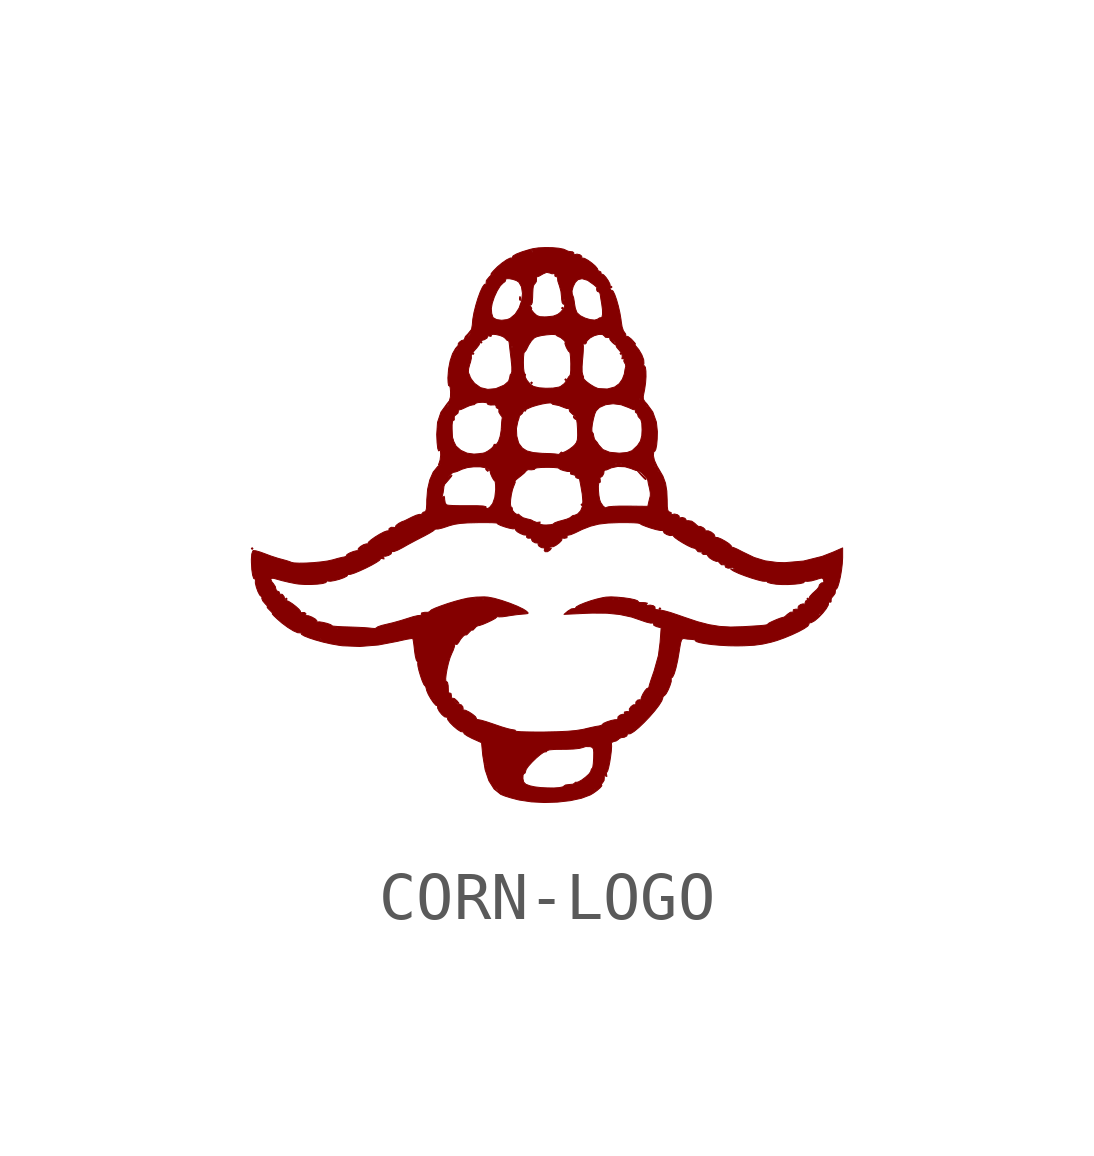
<source format=kicad_sym>
(kicad_symbol_lib
  (version 20241209)
  (generator "kicad_symbol_editor")
  (generator_version "9.0")
  (symbol "CORN-LOGO"
    (pin_names
      (offset 1.016))
    (property "Reference" "LOGO?"
      (at 0 7.62 0)
      (effects (font (size 1.27 1.27)) (hide yes)))
    (symbol "CORN-LOGO_0_0"
      (polyline (pts (xy -6.122 -0.558) (xy -6.139 -0.541) (xy -6.155 -0.558) (xy -6.139 -0.575) (xy -6.122 -0.558)) (stroke (width 0.01) (type default)) (fill (type outline)))
      (polyline (pts (xy -5.411 -1.607) (xy -5.428 -1.59) (xy -5.445 -1.607) (xy -5.428 -1.623) (xy -5.411 -1.607)) (stroke (width 0.01) (type default)) (fill (type outline)))
      (polyline (pts (xy -1.522 3.501) (xy -1.539 3.518) (xy -1.556 3.501) (xy -1.539 3.484) (xy -1.522 3.501)) (stroke (width 0.01) (type default)) (fill (type outline)))
      (polyline (pts (xy -1.353 3.737) (xy -1.37 3.754) (xy -1.387 3.737) (xy -1.37 3.72) (xy -1.353 3.737)) (stroke (width 0.01) (type default)) (fill (type outline)))
      (polyline (pts (xy -1.218 1.063) (xy -1.221 1.071) (xy -1.257 1.103) (xy -1.276 1.111) (xy -1.272 1.087) (xy -1.267 1.081) (xy -1.234 1.05) (xy -1.218 1.063)) (stroke (width 0.01) (type default)) (fill (type outline)))
      (polyline (pts (xy -0.548 4.621) (xy -0.552 4.674) (xy -0.564 4.689) (xy -0.572 4.653) (xy -0.57 4.619) (xy -0.554 4.609) (xy -0.548 4.621)) (stroke (width 0.01) (type default)) (fill (type outline)))
      (polyline (pts (xy -0.44 2.317) (xy -0.457 2.334) (xy -0.473 2.317) (xy -0.457 2.3) (xy -0.44 2.317)) (stroke (width 0.01) (type default)) (fill (type outline)))
      (polyline (pts (xy -0.304 2.892) (xy -0.321 2.909) (xy -0.338 2.892) (xy -0.321 2.875) (xy -0.304 2.892)) (stroke (width 0.01) (type default)) (fill (type outline)))
      (polyline (pts (xy 0.224 -5.837) (xy 0.487 -5.807) (xy 0.718 -5.757) (xy 0.902 -5.688) (xy 0.966 -5.65) (xy 1.044 -5.594) (xy 1.108 -5.538) (xy 1.143 -5.496) (xy 1.136 -5.479) (xy 1.132 -5.468) (xy 1.163 -5.427) (xy 1.189 -5.386) (xy 1.194 -5.32) (xy 1.187 -5.285) (xy 1.218 -5.293) (xy 1.247 -5.303) (xy 1.242 -5.267) (xy 1.236 -5.237) (xy 1.253 -5.202) (xy 1.264 -5.186) (xy 1.284 -5.116) (xy 1.306 -5.011) (xy 1.325 -4.89) (xy 1.34 -4.772) (xy 1.346 -4.675) (xy 1.342 -4.62) (xy 1.347 -4.595) (xy 1.396 -4.574) (xy 1.439 -4.565) (xy 1.489 -4.531) (xy 1.5 -4.517) (xy 1.543 -4.495) (xy 1.544 -4.495) (xy 1.61 -4.487) (xy 1.662 -4.46) (xy 1.673 -4.428) (xy 1.671 -4.415) (xy 1.704 -4.417) (xy 1.739 -4.412) (xy 1.814 -4.366) (xy 1.912 -4.285) (xy 2.022 -4.18) (xy 2.136 -4.061) (xy 2.242 -3.939) (xy 2.33 -3.825) (xy 2.39 -3.73) (xy 2.413 -3.664) (xy 2.415 -3.646) (xy 2.443 -3.619) (xy 2.449 -3.617) (xy 2.484 -3.576) (xy 2.525 -3.499) (xy 2.562 -3.408) (xy 2.587 -3.328) (xy 2.587 -3.28) (xy 2.582 -3.268) (xy 2.597 -3.247) (xy 2.616 -3.234) (xy 2.65 -3.164) (xy 2.686 -3.044) (xy 2.722 -2.882) (xy 2.755 -2.689) (xy 2.763 -2.636) (xy 2.783 -2.522) (xy 2.803 -2.458) (xy 2.827 -2.433) (xy 2.86 -2.433) (xy 2.92 -2.443) (xy 3.015 -2.45) (xy 3.073 -2.457) (xy 3.092 -2.474) (xy 3.104 -2.493) (xy 3.172 -2.515) (xy 3.285 -2.537) (xy 3.432 -2.557) (xy 3.601 -2.572) (xy 3.78 -2.582) (xy 3.957 -2.585) (xy 4.11 -2.582) (xy 4.316 -2.571) (xy 4.493 -2.547) (xy 4.667 -2.508) (xy 4.788 -2.473) (xy 4.944 -2.417) (xy 5.099 -2.353) (xy 5.24 -2.287) (xy 5.354 -2.225) (xy 5.43 -2.173) (xy 5.454 -2.136) (xy 5.452 -2.122) (xy 5.471 -2.104) (xy 5.502 -2.101) (xy 5.574 -2.061) (xy 5.658 -1.99) (xy 5.743 -1.901) (xy 5.814 -1.811) (xy 5.858 -1.733) (xy 5.862 -1.682) (xy 5.856 -1.667) (xy 5.88 -1.671) (xy 5.891 -1.677) (xy 5.915 -1.669) (xy 5.918 -1.605) (xy 5.928 -1.583) (xy 5.97 -1.533) (xy 5.999 -1.491) (xy 6.006 -1.431) (xy 6.001 -1.409) (xy 6.018 -1.402) (xy 6.029 -1.401) (xy 6.054 -1.355) (xy 6.082 -1.264) (xy 6.11 -1.143) (xy 6.133 -1.007) (xy 6.149 -0.87) (xy 6.156 -0.748) (xy 6.156 -0.545) (xy 5.961 -0.631) (xy 5.73 -0.721) (xy 5.342 -0.818) (xy 4.953 -0.852) (xy 4.789 -0.847) (xy 4.543 -0.814) (xy 4.314 -0.744) (xy 4.074 -0.628) (xy 4.064 -0.623) (xy 3.959 -0.569) (xy 3.879 -0.535) (xy 3.842 -0.527) (xy 3.838 -0.529) (xy 3.84 -0.518) (xy 3.834 -0.498) (xy 3.788 -0.455) (xy 3.712 -0.405) (xy 3.628 -0.359) (xy 3.554 -0.329) (xy 3.511 -0.326) (xy 3.495 -0.333) (xy 3.495 -0.313) (xy 3.498 -0.305) (xy 3.478 -0.262) (xy 3.424 -0.218) (xy 3.359 -0.189) (xy 3.308 -0.19) (xy 3.292 -0.197) (xy 3.293 -0.177) (xy 3.291 -0.159) (xy 3.253 -0.124) (xy 3.198 -0.098) (xy 3.154 -0.097) (xy 3.127 -0.079) (xy 3.075 -0.031) (xy 3.014 0.012) (xy 2.939 0.023) (xy 2.904 0.019) (xy 2.892 0.034) (xy 2.895 0.045) (xy 2.87 0.074) (xy 2.817 0.089) (xy 2.765 0.08) (xy 2.751 0.073) (xy 2.752 0.094) (xy 2.753 0.118) (xy 2.716 0.147) (xy 2.655 0.161) (xy 2.599 0.149) (xy 2.58 0.141) (xy 2.584 0.164) (xy 2.59 0.185) (xy 2.556 0.203) (xy 2.535 0.209) (xy 2.515 0.242) (xy 2.505 0.318) (xy 2.503 0.448) (xy 2.495 0.639) (xy 2.468 0.803) (xy 2.414 0.949) (xy 2.326 1.1) (xy 2.292 1.157) (xy 2.237 1.278) (xy 2.216 1.375) (xy 2.216 1.383) (xy 2.222 1.449) (xy 2.237 1.469) (xy 2.245 1.468) (xy 2.266 1.508) (xy 2.284 1.598) (xy 2.295 1.724) (xy 2.299 1.873) (xy 2.278 2.075) (xy 2.203 2.286) (xy 2.077 2.458) (xy 2.038 2.5) (xy 2.007 2.551) (xy 2.005 2.613) (xy 2.025 2.714) (xy 2.034 2.76) (xy 2.053 2.891) (xy 2.062 3.021) (xy 2.06 3.135) (xy 2.049 3.216) (xy 2.027 3.247) (xy 2.015 3.25) (xy 2.013 3.281) (xy 2.019 3.296) (xy 2.014 3.373) (xy 1.975 3.476) (xy 1.911 3.585) (xy 1.83 3.682) (xy 1.786 3.727) (xy 1.766 3.752) (xy 1.793 3.736) (xy 1.81 3.722) (xy 1.844 3.699) (xy 1.834 3.717) (xy 1.779 3.779) (xy 1.752 3.807) (xy 1.688 3.856) (xy 1.647 3.866) (xy 1.634 3.861) (xy 1.636 3.882) (xy 1.641 3.904) (xy 1.612 3.947) (xy 1.592 3.974) (xy 1.564 4.058) (xy 1.545 4.178) (xy 1.541 4.215) (xy 1.518 4.35) (xy 1.486 4.491) (xy 1.449 4.622) (xy 1.411 4.73) (xy 1.377 4.8) (xy 1.351 4.819) (xy 1.336 4.815) (xy 1.315 4.846) (xy 1.316 4.915) (xy 1.31 4.951) (xy 1.276 5.018) (xy 1.228 5.088) (xy 1.179 5.141) (xy 1.146 5.155) (xy 1.133 5.152) (xy 1.124 5.181) (xy 1.123 5.2) (xy 1.091 5.217) (xy 1.074 5.217) (xy 1.057 5.247) (xy 1.052 5.267) (xy 1.009 5.321) (xy 0.936 5.385) (xy 0.854 5.444) (xy 0.781 5.484) (xy 0.736 5.491) (xy 0.721 5.484) (xy 0.723 5.505) (xy 0.724 5.529) (xy 0.686 5.559) (xy 0.626 5.572) (xy 0.57 5.561) (xy 0.551 5.552) (xy 0.555 5.575) (xy 0.561 5.594) (xy 0.535 5.62) (xy 0.521 5.621) (xy 0.457 5.629) (xy 0.437 5.634) (xy 0.376 5.662) (xy 0.346 5.675) (xy 0.246 5.695) (xy 0.111 5.707) (xy -0.038 5.709) (xy -0.18 5.702) (xy -0.294 5.685) (xy -0.358 5.669) (xy -0.464 5.637) (xy -0.327 5.637) (xy -0.322 5.641) (xy -0.282 5.637) (xy -0.277 5.627) (xy -0.304 5.614) (xy -0.322 5.617) (xy -0.327 5.637) (xy -0.464 5.637) (xy -0.514 5.622) (xy -0.633 5.576) (xy -0.706 5.535) (xy -0.721 5.503) (xy -0.715 5.49) (xy -0.735 5.49) (xy -0.766 5.49) (xy -0.838 5.455) (xy -0.931 5.391) (xy -1.029 5.31) (xy -1.116 5.222) (xy -1.157 5.173) (xy -1.167 5.153) (xy -1.131 5.175) (xy -1.114 5.186) (xy -1.125 5.17) (xy -1.178 5.12) (xy -1.197 5.103) (xy -1.262 5.024) (xy -1.268 4.971) (xy -1.257 4.949) (xy -1.276 4.949) (xy -1.302 4.942) (xy -1.343 4.885) (xy -1.39 4.784) (xy -1.438 4.653) (xy -1.482 4.507) (xy -1.499 4.439) (xy -1.159 4.439) (xy -1.14 4.549) (xy -1.096 4.681) (xy -1.036 4.81) (xy -0.971 4.914) (xy -0.91 4.974) (xy -0.872 5.001) (xy -0.86 5.035) (xy -0.863 5.043) (xy -0.843 5.061) (xy -0.785 5.061) (xy -0.709 5.046) (xy -0.635 5.021) (xy -0.584 4.987) (xy -0.531 4.892) (xy -0.51 4.753) (xy -0.528 4.6) (xy -0.555 4.524) (xy -0.367 4.524) (xy -0.347 4.52) (xy -0.324 4.518) (xy -0.307 4.563) (xy -0.299 4.665) (xy -0.296 4.759) (xy -0.291 4.852) (xy -0.283 4.906) (xy -0.268 4.939) (xy -0.243 4.968) (xy -0.222 5) (xy -0.217 5.06) (xy -0.222 5.081) (xy -0.21 5.099) (xy -0.209 5.099) (xy -0.165 5.113) (xy -0.095 5.153) (xy -0.084 5.16) (xy -0.006 5.193) (xy 0.061 5.178) (xy 0.105 5.162) (xy 0.151 5.168) (xy 0.162 5.173) (xy 0.164 5.141) (xy 0.164 5.116) (xy 0.197 5.099) (xy 0.216 5.1) (xy 0.223 5.078) (xy 0.22 5.07) (xy 0.226 5.011) (xy 0.254 4.926) (xy 0.258 4.916) (xy 0.288 4.805) (xy 0.521 4.805) (xy 0.546 4.898) (xy 0.59 4.985) (xy 0.645 5.04) (xy 0.73 5.061) (xy 0.846 5.027) (xy 0.981 4.931) (xy 1.02 4.896) (xy 1.06 4.856) (xy 1.057 4.851) (xy 1.033 4.857) (xy 1.036 4.822) (xy 1.049 4.797) (xy 1.079 4.784) (xy 1.092 4.782) (xy 1.107 4.741) (xy 1.11 4.721) (xy 1.122 4.638) (xy 1.14 4.532) (xy 1.155 4.419) (xy 1.157 4.318) (xy 1.143 4.255) (xy 1.116 4.245) (xy 1.105 4.249) (xy 1.066 4.228) (xy 1.057 4.218) (xy 0.993 4.199) (xy 0.898 4.209) (xy 0.792 4.241) (xy 0.695 4.289) (xy 0.628 4.349) (xy 0.622 4.359) (xy 0.59 4.445) (xy 0.572 4.55) (xy 0.57 4.574) (xy 0.554 4.667) (xy 0.532 4.725) (xy 0.527 4.734) (xy 0.521 4.805) (xy 0.288 4.805) (xy 0.291 4.794) (xy 0.304 4.668) (xy 0.305 4.637) (xy 0.308 4.617) (xy 0.338 4.617) (xy 0.355 4.634) (xy 0.372 4.617) (xy 0.355 4.6) (xy 0.338 4.617) (xy 0.308 4.617) (xy 0.317 4.562) (xy 0.338 4.532) (xy 0.357 4.529) (xy 0.372 4.494) (xy 0.344 4.432) (xy 0.279 4.359) (xy 0.222 4.316) (xy 0.13 4.281) (xy -0.001 4.267) (xy -0.05 4.265) (xy -0.147 4.27) (xy -0.212 4.294) (xy -0.269 4.345) (xy -0.281 4.358) (xy -0.321 4.41) (xy -0.323 4.431) (xy -0.317 4.443) (xy -0.343 4.488) (xy -0.367 4.524) (xy -0.555 4.524) (xy -0.58 4.45) (xy -0.662 4.322) (xy -0.769 4.233) (xy -0.832 4.209) (xy -0.944 4.195) (xy -1.049 4.209) (xy -1.119 4.248) (xy -1.127 4.26) (xy -1.151 4.338) (xy -1.159 4.439) (xy -1.499 4.439) (xy -1.52 4.356) (xy -1.545 4.215) (xy -1.555 4.097) (xy -1.571 4.005) (xy -1.64 3.918) (xy -1.641 3.916) (xy -1.697 3.859) (xy -1.698 3.858) (xy -1.649 3.858) (xy -1.64 3.889) (xy -1.633 3.9) (xy -1.603 3.923) (xy -1.598 3.921) (xy -1.607 3.889) (xy -1.613 3.88) (xy -1.644 3.856) (xy -1.649 3.858) (xy -1.698 3.858) (xy -1.716 3.812) (xy -1.716 3.796) (xy -1.747 3.779) (xy -1.774 3.775) (xy -1.827 3.736) (xy -1.847 3.708) (xy -1.847 3.687) (xy -1.851 3.668) (xy -1.892 3.621) (xy -1.905 3.607) (xy -1.907 3.602) (xy -1.894 3.602) (xy -1.877 3.619) (xy -1.86 3.602) (xy -1.522 3.602) (xy -1.505 3.619) (xy -1.488 3.602) (xy -1.505 3.585) (xy -1.522 3.602) (xy -1.86 3.602) (xy -1.877 3.585) (xy -1.894 3.602) (xy -1.907 3.602) (xy -1.966 3.499) (xy -2.016 3.349) (xy -2.05 3.174) (xy -2.054 3.115) (xy -1.637 3.115) (xy -1.632 3.186) (xy -1.607 3.281) (xy -1.593 3.321) (xy -1.574 3.406) (xy -1.575 3.454) (xy -1.576 3.466) (xy -1.55 3.518) (xy -1.491 3.587) (xy -1.465 3.615) (xy -1.413 3.683) (xy -1.396 3.729) (xy -1.396 3.743) (xy -1.37 3.772) (xy -1.303 3.791) (xy -1.248 3.825) (xy -1.236 3.859) (xy -1.236 3.872) (xy -1.197 3.866) (xy -1.166 3.859) (xy -1.158 3.876) (xy -1.161 3.891) (xy -1.128 3.903) (xy -1.062 3.898) (xy -0.984 3.88) (xy -0.912 3.852) (xy -0.867 3.818) (xy -0.835 3.781) (xy -0.807 3.77) (xy -0.798 3.769) (xy -0.787 3.727) (xy -0.786 3.715) (xy -0.777 3.638) (xy -0.777 3.636) (xy -0.744 3.636) (xy -0.727 3.653) (xy -0.71 3.636) (xy -0.727 3.619) (xy -0.744 3.636) (xy -0.777 3.636) (xy -0.764 3.521) (xy -0.747 3.382) (xy -0.747 3.377) (xy -0.741 3.32) (xy -0.491 3.32) (xy -0.488 3.432) (xy -0.48 3.508) (xy -0.471 3.533) (xy -0.464 3.534) (xy -0.433 3.574) (xy -0.394 3.651) (xy -0.383 3.675) (xy -0.323 3.768) (xy -0.259 3.832) (xy -0.204 3.855) (xy -0.111 3.877) (xy -0.004 3.892) (xy 0.098 3.9) (xy 0.173 3.897) (xy 0.203 3.881) (xy 0.204 3.874) (xy 0.238 3.856) (xy 0.285 3.835) (xy 0.348 3.783) (xy 0.355 3.776) (xy 0.391 3.736) (xy 0.385 3.732) (xy 0.378 3.734) (xy 0.374 3.707) (xy 0.4 3.637) (xy 0.41 3.616) (xy 0.447 3.552) (xy 0.471 3.533) (xy 0.473 3.533) (xy 0.483 3.497) (xy 0.491 3.412) (xy 0.496 3.294) (xy 0.496 3.273) (xy 0.495 3.229) (xy 0.731 3.229) (xy 0.742 3.384) (xy 0.747 3.432) (xy 0.756 3.559) (xy 0.758 3.655) (xy 0.752 3.7) (xy 0.748 3.712) (xy 0.773 3.707) (xy 0.79 3.699) (xy 0.812 3.712) (xy 0.833 3.768) (xy 0.897 3.827) (xy 0.984 3.874) (xy 1.077 3.9) (xy 1.155 3.9) (xy 1.199 3.864) (xy 1.216 3.842) (xy 1.27 3.835) (xy 1.296 3.841) (xy 1.305 3.826) (xy 1.314 3.788) (xy 1.362 3.733) (xy 1.41 3.693) (xy 1.419 3.692) (xy 1.386 3.737) (xy 1.361 3.772) (xy 1.356 3.787) (xy 1.395 3.759) (xy 1.427 3.724) (xy 1.435 3.683) (xy 1.434 3.679) (xy 1.451 3.634) (xy 1.478 3.602) (xy 1.488 3.602) (xy 1.505 3.619) (xy 1.522 3.602) (xy 1.505 3.585) (xy 1.488 3.602) (xy 1.478 3.602) (xy 1.504 3.572) (xy 1.562 3.5) (xy 1.567 3.432) (xy 1.559 3.394) (xy 1.583 3.395) (xy 1.605 3.402) (xy 1.604 3.37) (xy 1.599 3.345) (xy 1.62 3.3) (xy 1.631 3.289) (xy 1.641 3.237) (xy 1.64 3.235) (xy 1.625 3.172) (xy 1.611 3.082) (xy 1.609 3.073) (xy 1.57 2.969) (xy 1.504 2.874) (xy 1.409 2.805) (xy 1.256 2.764) (xy 1.073 2.773) (xy 1.056 2.777) (xy 0.981 2.81) (xy 0.896 2.862) (xy 0.819 2.92) (xy 0.768 2.97) (xy 0.758 3.002) (xy 0.763 3.014) (xy 0.745 3.059) (xy 0.745 3.06) (xy 0.732 3.117) (xy 0.731 3.229) (xy 0.495 3.229) (xy 0.495 3.157) (xy 0.488 3.075) (xy 0.478 3.044) (xy 0.451 3.017) (xy 0.415 2.951) (xy 0.364 2.879) (xy 0.281 2.816) (xy 0.246 2.803) (xy 0.126 2.783) (xy -0.021 2.779) (xy -0.164 2.789) (xy -0.275 2.816) (xy -0.291 2.824) (xy -0.359 2.875) (xy -0.417 2.945) (xy -0.453 3.012) (xy -0.45 3.056) (xy -0.445 3.062) (xy -0.46 3.078) (xy -0.461 3.078) (xy -0.476 3.112) (xy -0.487 3.195) (xy -0.491 3.311) (xy -0.491 3.32) (xy -0.741 3.32) (xy -0.732 3.222) (xy -0.732 3.123) (xy -0.745 3.083) (xy -0.766 3.059) (xy -0.778 2.993) (xy -0.8 2.924) (xy -0.888 2.848) (xy -0.896 2.843) (xy -1.065 2.772) (xy -1.232 2.756) (xy -1.383 2.792) (xy -1.505 2.88) (xy -1.523 2.902) (xy -1.578 2.974) (xy -1.603 3.022) (xy -1.605 3.035) (xy -1.633 3.1) (xy -1.637 3.115) (xy -2.054 3.115) (xy -2.063 2.996) (xy -2.059 2.902) (xy -2.05 2.839) (xy -2.037 2.829) (xy -2.027 2.831) (xy -2.014 2.788) (xy -2.007 2.701) (xy -2.01 2.598) (xy -2.022 2.554) (xy 1.928 2.554) (xy 1.945 2.571) (xy 1.962 2.554) (xy 1.945 2.537) (xy 1.928 2.554) (xy -2.022 2.554) (xy -2.032 2.518) (xy -2.086 2.45) (xy -2.119 2.404) (xy -2.089 2.404) (xy -2.08 2.435) (xy -2.073 2.445) (xy -2.042 2.469) (xy -2.038 2.467) (xy -2.046 2.435) (xy -2.053 2.425) (xy -2.084 2.401) (xy -2.089 2.404) (xy -2.119 2.404) (xy -2.208 2.281) (xy -2.279 2.069) (xy -2.288 1.934) (xy -1.975 1.934) (xy -1.975 2.016) (xy -1.967 2.088) (xy -1.954 2.109) (xy -1.954 2.109) (xy -1.93 2.119) (xy -1.931 2.187) (xy -1.924 2.204) (xy -1.879 2.24) (xy -1.853 2.262) (xy -1.845 2.303) (xy -1.851 2.314) (xy -1.837 2.328) (xy -1.833 2.327) (xy -1.78 2.341) (xy -1.701 2.377) (xy -1.691 2.383) (xy -1.605 2.42) (xy -1.54 2.435) (xy -1.516 2.438) (xy -1.488 2.461) (xy -1.485 2.466) (xy -1.439 2.481) (xy -1.355 2.487) (xy -1.325 2.487) (xy -1.258 2.479) (xy -1.239 2.462) (xy -1.23 2.442) (xy -1.175 2.43) (xy -1.09 2.433) (xy -1.072 2.431) (xy -1.056 2.394) (xy -1.056 2.376) (xy -1.024 2.359) (xy -1.006 2.357) (xy -1.001 2.321) (xy -1.002 2.284) (xy -0.967 2.224) (xy -0.939 2.19) (xy -0.93 2.159) (xy -0.936 2.139) (xy -0.944 2.066) (xy -0.95 1.961) (xy -0.951 1.942) (xy -0.636 1.942) (xy -0.608 2.081) (xy -0.607 2.085) (xy -0.583 2.157) (xy -0.575 2.195) (xy -0.573 2.204) (xy -0.535 2.236) (xy -0.516 2.252) (xy -0.49 2.299) (xy -0.49 2.308) (xy -0.473 2.328) (xy -0.439 2.337) (xy -0.372 2.368) (xy -0.314 2.393) (xy -0.214 2.424) (xy -0.104 2.451) (xy -0.003 2.469) (xy 0.072 2.475) (xy 0.102 2.465) (xy 0.115 2.447) (xy 0.171 2.435) (xy 0.245 2.421) (xy 0.336 2.386) (xy 0.339 2.384) (xy 0.412 2.358) (xy 0.458 2.36) (xy 0.468 2.367) (xy 0.462 2.345) (xy 0.46 2.342) (xy 0.474 2.295) (xy 0.532 2.239) (xy 0.545 2.229) (xy 0.589 2.189) (xy 0.615 2.136) (xy 0.628 2.054) (xy 0.635 1.947) (xy 0.935 1.947) (xy 0.947 2.043) (xy 0.969 2.149) (xy 0.995 2.245) (xy 1.024 2.31) (xy 1.093 2.38) (xy 1.221 2.437) (xy 1.377 2.457) (xy 1.544 2.436) (xy 1.591 2.418) (xy 2.063 2.418) (xy 2.08 2.435) (xy 2.097 2.418) (xy 2.08 2.401) (xy 2.063 2.418) (xy 1.591 2.418) (xy 1.707 2.375) (xy 1.716 2.37) (xy 1.791 2.337) (xy 1.837 2.328) (xy 1.847 2.328) (xy 1.844 2.301) (xy 1.838 2.287) (xy 1.858 2.266) (xy 1.875 2.26) (xy 1.894 2.214) (xy 1.899 2.19) (xy 1.938 2.146) (xy 1.954 2.13) (xy 1.974 2.053) (xy 1.98 1.913) (xy 1.974 1.792) (xy 1.946 1.681) (xy 1.885 1.587) (xy 1.778 1.486) (xy 1.767 1.478) (xy 1.668 1.442) (xy 1.508 1.428) (xy 1.503 1.428) (xy 1.307 1.446) (xy 1.165 1.503) (xy 1.077 1.6) (xy 1.046 1.651) (xy 1.008 1.694) (xy 0.989 1.72) (xy 0.972 1.787) (xy 0.965 1.831) (xy 0.947 1.86) (xy 0.935 1.879) (xy 0.935 1.947) (xy 0.635 1.947) (xy 0.636 1.923) (xy 0.639 1.8) (xy 0.633 1.709) (xy 0.613 1.648) (xy 0.576 1.599) (xy 0.538 1.563) (xy 0.464 1.507) (xy 0.387 1.462) (xy 0.328 1.438) (xy 0.304 1.445) (xy 0.3 1.452) (xy 0.276 1.429) (xy 0.262 1.41) (xy 0.234 1.401) (xy 0.227 1.404) (xy 0.169 1.412) (xy 0.066 1.419) (xy -0.066 1.423) (xy -0.098 1.424) (xy -0.283 1.44) (xy -0.417 1.474) (xy -0.511 1.533) (xy -0.579 1.621) (xy -0.592 1.646) (xy -0.629 1.785) (xy -0.636 1.942) (xy -0.951 1.942) (xy -0.954 1.901) (xy -0.975 1.778) (xy -1.008 1.678) (xy -1.046 1.617) (xy -1.085 1.608) (xy -1.098 1.613) (xy -1.109 1.588) (xy -1.112 1.574) (xy -1.152 1.529) (xy -1.22 1.478) (xy -1.292 1.438) (xy -1.345 1.425) (xy -1.387 1.422) (xy -1.389 1.421) (xy -1.436 1.415) (xy -1.519 1.409) (xy -1.522 1.409) (xy -1.663 1.428) (xy -1.793 1.487) (xy -1.893 1.575) (xy -1.945 1.68) (xy -1.952 1.714) (xy -1.963 1.742) (xy -1.967 1.76) (xy -1.971 1.83) (xy -1.975 1.934) (xy -2.288 1.934) (xy -2.296 1.817) (xy -2.288 1.649) (xy -2.275 1.53) (xy -2.257 1.476) (xy -2.234 1.486) (xy -2.229 1.49) (xy -2.217 1.467) (xy -2.213 1.395) (xy -2.214 1.38) (xy -2.225 1.285) (xy -2.246 1.221) (xy -2.259 1.19) (xy -2.229 1.198) (xy -2.222 1.201) (xy -2.222 1.201) (xy 1.421 1.201) (xy 1.438 1.218) (xy 1.454 1.201) (xy 1.522 1.201) (xy 1.539 1.218) (xy 1.556 1.201) (xy 1.539 1.184) (xy 1.522 1.201) (xy 1.454 1.201) (xy 1.438 1.184) (xy 1.421 1.201) (xy -2.222 1.201) (xy -2.225 1.191) (xy -2.254 1.167) (xy 2.232 1.167) (xy 2.249 1.184) (xy 2.266 1.167) (xy 2.249 1.15) (xy 2.232 1.167) (xy -2.254 1.167) (xy -2.273 1.151) (xy -2.278 1.146) (xy -2.369 1.034) (xy -2.44 0.871) (xy -2.486 0.673) (xy -2.5 0.489) (xy -2.19 0.489) (xy -2.178 0.541) (xy -2.162 0.607) (xy -2.15 0.693) (xy -2.146 0.734) (xy -2.131 0.778) (xy -2.127 0.783) (xy -2.088 0.827) (xy -2.029 0.896) (xy -1.99 0.944) (xy -1.979 0.966) (xy -2.012 0.947) (xy -2.056 0.916) (xy -2.058 0.922) (xy -2.015 0.973) (xy -1.965 1.022) (xy -1.935 1.033) (xy -1.925 1.032) (xy -1.869 1.048) (xy -1.786 1.086) (xy -1.771 1.093) (xy -1.656 1.128) (xy -1.52 1.144) (xy -1.386 1.143) (xy -1.274 1.124) (xy -1.206 1.086) (xy -1.187 1.059) (xy -1.178 1.035) (xy -1.181 1.032) (xy -0.507 1.032) (xy -0.49 1.048) (xy -0.473 1.032) (xy -0.49 1.015) (xy -0.507 1.032) (xy -1.181 1.032) (xy -1.181 1.031) (xy -1.17 0.991) (xy -1.142 0.928) (xy -1.109 0.871) (xy -1.085 0.846) (xy -1.078 0.832) (xy -1.07 0.767) (xy -1.068 0.668) (xy -1.086 0.507) (xy -1.131 0.377) (xy -1.14 0.366) (xy -0.761 0.366) (xy -0.757 0.457) (xy -0.742 0.564) (xy -0.718 0.669) (xy -0.688 0.753) (xy -0.685 0.757) (xy -0.661 0.82) (xy -0.665 0.846) (xy -0.667 0.849) (xy -0.639 0.879) (xy -0.575 0.93) (xy -0.55 0.949) (xy -0.478 1.009) (xy -0.438 1.051) (xy -0.429 1.064) (xy -0.394 1.085) (xy -0.325 1.081) (xy -0.264 1.089) (xy -0.248 1.108) (xy -0.248 1.111) (xy -0.209 1.122) (xy -0.121 1.13) (xy 0 1.133) (xy 0.035 1.133) (xy 0.149 1.129) (xy 0.226 1.122) (xy 0.251 1.112) (xy 0.251 1.107) (xy 0.287 1.085) (xy 0.355 1.063) (xy 0.43 1.047) (xy 0.484 1.045) (xy 0.494 1.044) (xy 0.491 1.016) (xy 0.492 0.994) (xy 0.539 0.981) (xy 0.579 0.972) (xy 0.6 0.939) (xy 0.601 0.921) (xy 0.634 0.905) (xy 0.65 0.906) (xy 0.679 0.888) (xy 0.683 0.862) (xy 0.696 0.795) (xy 0.699 0.78) (xy 0.706 0.741) (xy 1.07 0.741) (xy 1.078 0.804) (xy 1.096 0.82) (xy 1.111 0.825) (xy 1.108 0.874) (xy 1.102 0.917) (xy 1.116 0.93) (xy 1.122 0.928) (xy 1.154 0.951) (xy 1.182 1.004) (xy 1.189 1.057) (xy 1.189 1.06) (xy 1.209 1.075) (xy 1.241 1.079) (xy 1.305 1.107) (xy 1.337 1.122) (xy 1.472 1.151) (xy 1.623 1.145) (xy 1.756 1.106) (xy 1.774 1.097) (xy 1.85 1.069) (xy 1.886 1.065) (xy 2.3 1.065) (xy 2.317 1.082) (xy 2.334 1.065) (xy 2.317 1.048) (xy 2.3 1.065) (xy 1.886 1.065) (xy 1.893 1.065) (xy 1.916 1.06) (xy 1.97 1.02) (xy 2.031 0.96) (xy 2.082 0.9) (xy 2.101 0.857) (xy 2.101 0.852) (xy 2.111 0.793) (xy 2.132 0.706) (xy 2.136 0.689) (xy 2.152 0.598) (xy 2.151 0.536) (xy 2.138 0.489) (xy 2.118 0.406) (xy 2.1 0.321) (xy 1.684 0.326) (xy 1.675 0.326) (xy 1.515 0.326) (xy 1.382 0.321) (xy 1.289 0.313) (xy 1.25 0.303) (xy 1.222 0.288) (xy 1.173 0.321) (xy 1.118 0.401) (xy 1.098 0.457) (xy 1.081 0.548) (xy 1.072 0.649) (xy 1.07 0.741) (xy 0.706 0.741) (xy 0.734 0.578) (xy 0.747 0.428) (xy 0.737 0.317) (xy 0.704 0.235) (xy 0.7 0.228) (xy 0.639 0.162) (xy 0.578 0.135) (xy 0.54 0.13) (xy 0.502 0.102) (xy 0.483 0.085) (xy 0.414 0.055) (xy 0.313 0.026) (xy 0.242 0.007) (xy 0.165 -0.02) (xy 0.135 -0.042) (xy 0.128 -0.05) (xy 0.073 -0.062) (xy -0.019 -0.068) (xy -0.078 -0.066) (xy -0.142 -0.054) (xy -0.149 -0.028) (xy -0.142 -0.005) (xy -0.179 -0.01) (xy -0.212 -0.015) (xy -0.278 0.01) (xy -0.333 0.04) (xy -0.421 0.061) (xy -0.499 0.084) (xy -0.563 0.129) (xy -0.591 0.158) (xy -0.608 0.155) (xy -0.627 0.151) (xy -0.676 0.185) (xy -0.716 0.234) (xy -0.724 0.275) (xy -0.72 0.284) (xy -0.74 0.304) (xy -0.751 0.312) (xy -0.761 0.366) (xy -1.14 0.366) (xy -1.197 0.296) (xy -1.231 0.278) (xy -1.27 0.275) (xy -1.268 0.305) (xy -1.272 0.315) (xy -1.332 0.328) (xy -1.458 0.334) (xy -1.65 0.334) (xy -1.806 0.334) (xy -1.945 0.337) (xy -2.045 0.343) (xy -2.092 0.352) (xy -2.118 0.391) (xy -2.131 0.467) (xy -2.132 0.499) (xy -2.142 0.532) (xy -2.167 0.507) (xy -2.177 0.495) (xy -2.19 0.489) (xy -2.5 0.489) (xy -2.503 0.455) (xy -2.504 0.36) (xy -2.511 0.265) (xy -2.527 0.216) (xy -2.554 0.203) (xy -2.577 0.199) (xy -2.604 0.167) (xy -2.607 0.155) (xy -2.637 0.151) (xy -2.655 0.154) (xy -2.723 0.136) (xy -2.814 0.096) (xy -2.863 0.071) (xy -2.939 0.033) (xy -2.976 0.016) (xy -3.016 0.003) (xy -3.089 -0.035) (xy -3.143 -0.078) (xy -3.156 -0.112) (xy -3.15 -0.125) (xy -3.171 -0.123) (xy -3.186 -0.117) (xy -3.242 -0.116) (xy -3.287 -0.141) (xy -3.292 -0.178) (xy -3.286 -0.192) (xy -3.307 -0.191) (xy -3.329 -0.19) (xy -3.395 -0.213) (xy -3.408 -0.22) (xy -3.382 -0.22) (xy -3.365 -0.203) (xy -3.348 -0.22) (xy -3.365 -0.237) (xy -3.382 -0.22) (xy -3.408 -0.22) (xy -3.483 -0.259) (xy -3.578 -0.317) (xy -3.661 -0.376) (xy -3.717 -0.426) (xy -3.729 -0.456) (xy -3.721 -0.466) (xy -3.739 -0.464) (xy -3.76 -0.46) (xy -3.818 -0.477) (xy -3.881 -0.514) (xy -3.892 -0.524) (xy -3.856 -0.524) (xy -3.839 -0.507) (xy -3.822 -0.524) (xy -3.839 -0.541) (xy -3.856 -0.524) (xy -3.892 -0.524) (xy -3.927 -0.556) (xy -3.932 -0.589) (xy -3.925 -0.598) (xy -3.94 -0.604) (xy -3.964 -0.603) (xy -4.03 -0.619) (xy -4.104 -0.648) (xy -4.162 -0.681) (xy -4.179 -0.707) (xy -4.18 -0.72) (xy -4.222 -0.734) (xy -4.26 -0.74) (xy -4.352 -0.762) (xy -4.464 -0.794) (xy -4.465 -0.794) (xy -4.568 -0.817) (xy -4.706 -0.836) (xy -4.862 -0.851) (xy -5.019 -0.86) (xy -5.16 -0.862) (xy -5.269 -0.857) (xy -5.327 -0.844) (xy -5.348 -0.834) (xy -5.424 -0.809) (xy -5.526 -0.781) (xy -5.597 -0.762) (xy -5.743 -0.715) (xy -5.882 -0.663) (xy -5.97 -0.631) (xy -6.061 -0.605) (xy -6.113 -0.6) (xy -6.125 -0.609) (xy -6.147 -0.673) (xy -6.155 -0.789) (xy -6.154 -0.842) (xy -6.146 -0.993) (xy -6.129 -1.11) (xy -6.106 -1.181) (xy -6.078 -1.195) (xy -6.063 -1.189) (xy -6.066 -1.2) (xy -5.75 -1.2) (xy -5.736 -1.177) (xy -5.687 -1.179) (xy -5.589 -1.206) (xy -5.518 -1.226) (xy -5.37 -1.261) (xy -5.225 -1.29) (xy -5.173 -1.297) (xy -5.043 -1.306) (xy -4.907 -1.306) (xy -4.778 -1.299) (xy -4.672 -1.286) (xy -4.604 -1.266) (xy -4.588 -1.243) (xy -4.595 -1.226) (xy -4.567 -1.234) (xy -4.564 -1.235) (xy -4.508 -1.239) (xy -4.42 -1.224) (xy -4.321 -1.198) (xy -4.23 -1.165) (xy -4.166 -1.132) (xy -4.149 -1.106) (xy -4.155 -1.091) (xy -4.13 -1.097) (xy -4.088 -1.094) (xy -4.004 -1.067) (xy -3.894 -1.021) (xy -3.772 -0.965) (xy -3.654 -0.905) (xy -3.554 -0.848) (xy -3.487 -0.803) (xy -3.468 -0.775) (xy -3.468 -0.762) (xy -3.429 -0.767) (xy -3.393 -0.775) (xy -3.396 -0.749) (xy -3.404 -0.731) (xy -3.393 -0.716) (xy -3.36 -0.718) (xy -3.296 -0.7) (xy -3.245 -0.668) (xy -3.235 -0.635) (xy -3.241 -0.62) (xy -3.221 -0.621) (xy -3.185 -0.62) (xy -3.107 -0.591) (xy -3.007 -0.539) (xy -2.887 -0.471) (xy -2.736 -0.39) (xy -2.591 -0.315) (xy -2.561 -0.3) (xy -2.452 -0.241) (xy -2.373 -0.193) (xy -2.339 -0.165) (xy -2.336 -0.158) (xy -2.301 -0.151) (xy -2.266 -0.151) (xy -2.183 -0.132) (xy -2.075 -0.097) (xy -2.036 -0.083) (xy -1.928 -0.054) (xy -1.806 -0.035) (xy -1.651 -0.024) (xy -1.447 -0.019) (xy -1.419 -0.018) (xy -1.263 -0.018) (xy -1.139 -0.02) (xy -1.059 -0.025) (xy -1.034 -0.031) (xy -1.023 -0.049) (xy -0.965 -0.077) (xy -0.88 -0.107) (xy -0.789 -0.133) (xy -0.711 -0.148) (xy -0.667 -0.146) (xy -0.654 -0.14) (xy -0.654 -0.16) (xy -0.654 -0.172) (xy -0.619 -0.208) (xy -0.553 -0.246) (xy -0.482 -0.274) (xy -0.429 -0.278) (xy -0.419 -0.277) (xy -0.422 -0.303) (xy -0.427 -0.319) (xy -0.398 -0.342) (xy -0.327 -0.341) (xy -0.319 -0.342) (xy -0.319 -0.368) (xy -0.321 -0.374) (xy -0.3 -0.409) (xy -0.248 -0.438) (xy -0.192 -0.444) (xy -0.183 -0.444) (xy -0.183 -0.469) (xy -0.186 -0.475) (xy -0.165 -0.51) (xy -0.113 -0.539) (xy -0.057 -0.546) (xy -0.048 -0.546) (xy -0.049 -0.572) (xy -0.058 -0.596) (xy -0.038 -0.624) (xy 0.01 -0.624) (xy 0.062 -0.591) (xy 0.091 -0.554) (xy 0.071 -0.558) (xy 0.044 -0.57) (xy 0.048 -0.546) (xy 0.06 -0.531) (xy 0.099 -0.522) (xy 0.133 -0.519) (xy 0.194 -0.486) (xy 0.258 -0.438) (xy 0.305 -0.389) (xy 0.312 -0.357) (xy 0.306 -0.349) (xy 0.321 -0.339) (xy 0.362 -0.345) (xy 0.417 -0.333) (xy 0.419 -0.296) (xy 0.411 -0.278) (xy 0.422 -0.278) (xy 0.436 -0.281) (xy 0.498 -0.268) (xy 0.586 -0.231) (xy 0.735 -0.159) (xy 0.908 -0.092) (xy 1.079 -0.049) (xy 1.27 -0.027) (xy 1.505 -0.018) (xy 1.506 -0.018) (xy 1.665 -0.018) (xy 1.797 -0.021) (xy 1.889 -0.027) (xy 1.928 -0.034) (xy 1.97 -0.061) (xy 2.057 -0.096) (xy 2.164 -0.133) (xy 2.273 -0.164) (xy 2.361 -0.182) (xy 2.407 -0.183) (xy 2.424 -0.175) (xy 2.425 -0.193) (xy 2.422 -0.197) (xy 2.44 -0.233) (xy 2.495 -0.267) (xy 2.562 -0.288) (xy 2.615 -0.282) (xy 2.631 -0.275) (xy 2.63 -0.288) (xy 2.63 -0.296) (xy 2.665 -0.332) (xy 2.738 -0.384) (xy 2.831 -0.442) (xy 2.858 -0.457) (xy 3.72 -0.457) (xy 3.737 -0.44) (xy 3.754 -0.457) (xy 3.737 -0.473) (xy 3.72 -0.457) (xy 2.858 -0.457) (xy 2.928 -0.496) (xy 3.013 -0.536) (xy 3.068 -0.552) (xy 3.088 -0.557) (xy 3.127 -0.601) (xy 3.144 -0.623) (xy 3.198 -0.63) (xy 3.224 -0.624) (xy 3.23 -0.643) (xy 3.225 -0.657) (xy 3.253 -0.68) (xy 3.323 -0.68) (xy 3.329 -0.68) (xy 3.348 -0.709) (xy 3.349 -0.712) (xy 3.381 -0.75) (xy 3.45 -0.795) (xy 3.462 -0.801) (xy 3.526 -0.826) (xy 3.551 -0.823) (xy 3.562 -0.822) (xy 3.597 -0.861) (xy 3.598 -0.862) (xy 3.619 -0.862) (xy 3.636 -0.846) (xy 3.653 -0.862) (xy 3.636 -0.879) (xy 3.619 -0.862) (xy 3.598 -0.862) (xy 3.632 -0.895) (xy 3.687 -0.896) (xy 3.71 -0.885) (xy 3.709 -0.904) (xy 3.706 -0.911) (xy 3.719 -0.947) (xy 3.771 -0.967) (xy 3.835 -0.961) (xy 3.859 -0.956) (xy 3.905 -0.978) (xy 3.908 -0.997) (xy 3.866 -0.995) (xy 3.841 -0.987) (xy 3.826 -0.987) (xy 3.868 -1.016) (xy 3.897 -1.032) (xy 3.994 -1.077) (xy 4.119 -1.125) (xy 4.255 -1.172) (xy 4.382 -1.21) (xy 4.482 -1.235) (xy 4.539 -1.24) (xy 4.571 -1.236) (xy 4.584 -1.25) (xy 4.599 -1.265) (xy 4.666 -1.284) (xy 4.769 -1.3) (xy 4.78 -1.301) (xy 4.903 -1.308) (xy 5.036 -1.307) (xy 5.164 -1.299) (xy 5.271 -1.287) (xy 5.341 -1.27) (xy 5.36 -1.25) (xy 5.361 -1.238) (xy 5.403 -1.239) (xy 5.421 -1.241) (xy 5.503 -1.232) (xy 5.603 -1.205) (xy 5.647 -1.19) (xy 5.713 -1.172) (xy 5.745 -1.182) (xy 5.76 -1.22) (xy 5.765 -1.256) (xy 5.75 -1.269) (xy 5.714 -1.275) (xy 5.673 -1.313) (xy 5.66 -1.356) (xy 5.657 -1.364) (xy 5.622 -1.408) (xy 5.556 -1.469) (xy 5.53 -1.492) (xy 5.473 -1.555) (xy 5.455 -1.599) (xy 5.452 -1.617) (xy 5.412 -1.64) (xy 5.388 -1.648) (xy 5.372 -1.693) (xy 5.374 -1.714) (xy 5.359 -1.718) (xy 5.334 -1.709) (xy 5.28 -1.724) (xy 5.235 -1.758) (xy 5.227 -1.795) (xy 5.233 -1.807) (xy 5.22 -1.823) (xy 5.185 -1.819) (xy 5.13 -1.831) (xy 5.127 -1.865) (xy 5.135 -1.884) (xy 5.114 -1.881) (xy 5.068 -1.884) (xy 5.007 -1.927) (xy 4.987 -1.945) (xy 5.006 -1.945) (xy 5.022 -1.928) (xy 5.04 -1.945) (xy 5.025 -1.959) (xy 5.657 -1.959) (xy 5.665 -1.928) (xy 5.672 -1.918) (xy 5.703 -1.894) (xy 5.708 -1.896) (xy 5.699 -1.928) (xy 5.692 -1.938) (xy 5.661 -1.962) (xy 5.657 -1.959) (xy 5.025 -1.959) (xy 5.022 -1.962) (xy 5.006 -1.945) (xy 4.987 -1.945) (xy 4.956 -1.973) (xy 4.929 -1.989) (xy 4.92 -1.989) (xy 4.866 -2.004) (xy 4.784 -2.035) (xy 4.697 -2.073) (xy 4.628 -2.106) (xy 4.6 -2.127) (xy 4.6 -2.129) (xy 4.592 -2.139) (xy 4.566 -2.148) (xy 4.511 -2.156) (xy 4.417 -2.164) (xy 4.276 -2.173) (xy 4.077 -2.185) (xy 4.076 -2.185) (xy 3.824 -2.192) (xy 3.596 -2.179) (xy 3.374 -2.143) (xy 3.135 -2.081) (xy 2.858 -1.988) (xy 2.732 -1.944) (xy 2.575 -1.891) (xy 2.457 -1.858) (xy 2.361 -1.838) (xy 2.272 -1.829) (xy 2.255 -1.825) (xy 2.248 -1.795) (xy 2.25 -1.776) (xy 2.214 -1.748) (xy 2.148 -1.735) (xy 2.076 -1.744) (xy 2.064 -1.748) (xy 2.034 -1.753) (xy 2.063 -1.729) (xy 2.074 -1.72) (xy 2.091 -1.696) (xy 2.046 -1.686) (xy 2.005 -1.683) (xy 1.936 -1.682) (xy 1.921 -1.681) (xy 1.894 -1.657) (xy 1.886 -1.645) (xy 1.827 -1.623) (xy 1.726 -1.601) (xy 1.599 -1.583) (xy 1.463 -1.57) (xy 1.335 -1.564) (xy 1.231 -1.569) (xy 1.168 -1.579) (xy 1.047 -1.607) (xy 1.353 -1.607) (xy 1.37 -1.59) (xy 1.387 -1.607) (xy 1.488 -1.607) (xy 1.505 -1.59) (xy 1.522 -1.607) (xy 1.505 -1.623) (xy 1.488 -1.607) (xy 1.387 -1.607) (xy 1.37 -1.623) (xy 1.353 -1.607) (xy 1.047 -1.607) (xy 1.045 -1.607) (xy 0.913 -1.645) (xy 0.787 -1.689) (xy 0.682 -1.732) (xy 0.613 -1.77) (xy 0.594 -1.796) (xy 0.597 -1.808) (xy 0.565 -1.808) (xy 0.565 -1.807) (xy 0.508 -1.815) (xy 0.437 -1.859) (xy 0.415 -1.877) (xy 0.44 -1.877) (xy 0.457 -1.86) (xy 0.473 -1.877) (xy 0.457 -1.894) (xy 0.44 -1.877) (xy 0.415 -1.877) (xy 0.355 -1.928) (xy 0.831 -1.906) (xy 0.942 -1.902) (xy 1.248 -1.904) (xy 1.514 -1.931) (xy 1.761 -1.984) (xy 2.006 -2.068) (xy 2.068 -2.089) (xy 2.156 -2.11) (xy 2.206 -2.109) (xy 2.222 -2.102) (xy 2.219 -2.124) (xy 2.225 -2.157) (xy 2.286 -2.185) (xy 2.377 -2.208) (xy 2.355 -2.512) (xy 2.32 -2.786) (xy 2.23 -3.108) (xy 2.208 -3.171) (xy 2.165 -3.296) (xy 2.135 -3.391) (xy 2.123 -3.44) (xy 2.12 -3.454) (xy 2.098 -3.467) (xy 2.079 -3.473) (xy 2.04 -3.518) (xy 1.997 -3.587) (xy 1.965 -3.657) (xy 1.957 -3.703) (xy 1.959 -3.714) (xy 1.942 -3.712) (xy 1.932 -3.705) (xy 1.887 -3.714) (xy 1.851 -3.753) (xy 1.849 -3.797) (xy 1.855 -3.81) (xy 1.836 -3.811) (xy 1.799 -3.812) (xy 1.75 -3.848) (xy 1.715 -3.897) (xy 1.716 -3.937) (xy 1.723 -3.946) (xy 1.708 -3.956) (xy 1.667 -3.951) (xy 1.612 -3.962) (xy 1.61 -3.999) (xy 1.619 -4.017) (xy 1.607 -4.018) (xy 1.581 -4.008) (xy 1.526 -4.023) (xy 1.481 -4.058) (xy 1.474 -4.096) (xy 1.478 -4.112) (xy 1.449 -4.122) (xy 1.414 -4.122) (xy 1.336 -4.138) (xy 1.249 -4.166) (xy 1.179 -4.197) (xy 1.15 -4.223) (xy 1.141 -4.236) (xy 1.091 -4.25) (xy 1.09 -4.251) (xy 1.026 -4.261) (xy 0.921 -4.283) (xy 0.796 -4.312) (xy 1.826 -4.312) (xy 1.843 -4.295) (xy 1.86 -4.312) (xy 1.843 -4.329) (xy 1.826 -4.312) (xy 0.796 -4.312) (xy 0.795 -4.313) (xy 0.74 -4.325) (xy 0.602 -4.347) (xy 0.431 -4.362) (xy 0.215 -4.372) (xy -0.057 -4.378) (xy -0.246 -4.378) (xy -0.414 -4.376) (xy -0.545 -4.372) (xy -0.629 -4.365) (xy -0.656 -4.357) (xy -0.663 -4.339) (xy -0.717 -4.329) (xy -0.737 -4.327) (xy -0.823 -4.307) (xy -0.944 -4.271) (xy -1.082 -4.224) (xy -1.14 -4.204) (xy -1.27 -4.161) (xy -1.372 -4.132) (xy -1.43 -4.121) (xy -1.46 -4.117) (xy -1.472 -4.093) (xy -1.471 -4.092) (xy -1.489 -4.058) (xy -1.547 -4.01) (xy -1.622 -3.961) (xy -1.694 -3.926) (xy -1.742 -3.918) (xy -1.752 -3.92) (xy -1.75 -3.904) (xy -1.745 -3.896) (xy -1.752 -3.852) (xy -1.787 -3.811) (xy -1.826 -3.805) (xy -1.852 -3.802) (xy -1.899 -3.762) (xy -1.921 -3.733) (xy -1.923 -3.721) (xy -1.877 -3.754) (xy -1.833 -3.785) (xy -1.831 -3.78) (xy -1.873 -3.729) (xy -1.926 -3.682) (xy -1.967 -3.673) (xy -1.976 -3.678) (xy -1.992 -3.664) (xy -1.989 -3.63) (xy -1.998 -3.575) (xy -2.025 -3.566) (xy -2.038 -3.57) (xy -2.054 -3.542) (xy -2.053 -3.518) (xy -2.057 -3.413) (xy -2.071 -3.345) (xy -2.091 -3.328) (xy -2.105 -3.321) (xy -2.109 -3.267) (xy -2.099 -3.175) (xy -2.079 -3.061) (xy -2.051 -2.94) (xy -2.018 -2.829) (xy -1.982 -2.741) (xy -1.951 -2.673) (xy -1.924 -2.592) (xy -1.922 -2.551) (xy -1.928 -2.542) (xy -1.902 -2.55) (xy -1.874 -2.555) (xy -1.838 -2.513) (xy -1.831 -2.499) (xy -1.795 -2.442) (xy -1.748 -2.387) (xy -1.708 -2.354) (xy -1.69 -2.358) (xy -1.69 -2.359) (xy -1.668 -2.352) (xy -1.622 -2.304) (xy -1.618 -2.299) (xy -1.573 -2.256) (xy -1.555 -2.254) (xy -1.543 -2.258) (xy -1.507 -2.221) (xy -1.474 -2.185) (xy -1.439 -2.165) (xy -1.409 -2.161) (xy -1.334 -2.136) (xy -1.24 -2.096) (xy -1.148 -2.052) (xy -1.077 -2.013) (xy -1.048 -1.987) (xy -1.047 -1.979) (xy -1.018 -1.976) (xy -0.997 -1.981) (xy -0.922 -1.978) (xy -0.819 -1.963) (xy -0.773 -1.955) (xy -0.632 -1.935) (xy -0.507 -1.923) (xy -0.453 -1.919) (xy -0.397 -1.911) (xy -0.395 -1.892) (xy -0.437 -1.855) (xy -0.495 -1.818) (xy -0.619 -1.758) (xy -0.774 -1.696) (xy -0.941 -1.639) (xy -1.099 -1.594) (xy -1.229 -1.569) (xy -1.308 -1.564) (xy -1.477 -1.569) (xy -1.646 -1.59) (xy -1.721 -1.607) (xy -1.488 -1.607) (xy -1.471 -1.59) (xy -1.454 -1.607) (xy -1.353 -1.607) (xy -1.336 -1.59) (xy -1.319 -1.607) (xy -1.336 -1.623) (xy -1.353 -1.607) (xy -1.454 -1.607) (xy -1.471 -1.623) (xy -1.488 -1.607) (xy -1.721 -1.607) (xy -1.767 -1.617) (xy -1.912 -1.656) (xy -2.063 -1.702) (xy -2.204 -1.751) (xy -2.323 -1.796) (xy -2.405 -1.834) (xy -2.435 -1.86) (xy -2.438 -1.869) (xy -2.443 -1.871) (xy -0.496 -1.871) (xy -0.491 -1.867) (xy -0.451 -1.871) (xy -0.446 -1.882) (xy -0.473 -1.894) (xy -0.491 -1.891) (xy -0.496 -1.871) (xy -2.443 -1.871) (xy -2.477 -1.885) (xy -2.542 -1.885) (xy -2.612 -1.899) (xy -2.618 -1.933) (xy -2.61 -1.95) (xy -2.627 -1.951) (xy -2.631 -1.95) (xy -2.685 -1.953) (xy -2.781 -1.975) (xy -2.901 -2.012) (xy -3.037 -2.055) (xy -3.204 -2.102) (xy -3.347 -2.136) (xy -3.442 -2.159) (xy -3.521 -2.186) (xy -3.551 -2.208) (xy -3.578 -2.223) (xy -3.644 -2.219) (xy -3.695 -2.213) (xy -3.806 -2.204) (xy -3.952 -2.197) (xy -4.115 -2.191) (xy -4.25 -2.187) (xy -4.372 -2.18) (xy -4.452 -2.173) (xy -4.477 -2.166) (xy -4.476 -2.161) (xy -4.509 -2.14) (xy -4.579 -2.116) (xy -4.662 -2.096) (xy -4.737 -2.084) (xy -4.78 -2.087) (xy -4.792 -2.092) (xy -4.791 -2.072) (xy -4.791 -2.06) (xy -4.826 -2.024) (xy -4.892 -1.986) (xy -4.963 -1.958) (xy -5.016 -1.954) (xy -5.026 -1.955) (xy -5.023 -1.929) (xy -5.019 -1.911) (xy -5.051 -1.889) (xy -5.124 -1.893) (xy -5.134 -1.894) (xy -5.133 -1.875) (xy -5.132 -1.863) (xy -5.165 -1.821) (xy -5.229 -1.763) (xy -5.306 -1.704) (xy -5.378 -1.659) (xy -5.427 -1.64) (xy -5.436 -1.639) (xy -5.463 -1.607) (xy -5.473 -1.56) (xy -5.509 -1.513) (xy -5.55 -1.507) (xy -5.564 -1.511) (xy -5.573 -1.482) (xy -5.573 -1.463) (xy -5.606 -1.446) (xy -5.63 -1.439) (xy -5.648 -1.391) (xy -5.655 -1.352) (xy -5.699 -1.285) (xy -5.726 -1.256) (xy -5.75 -1.2) (xy -6.066 -1.2) (xy -6.069 -1.215) (xy -6.071 -1.219) (xy -6.072 -1.277) (xy -6.051 -1.363) (xy -6.018 -1.454) (xy -5.981 -1.526) (xy -5.948 -1.556) (xy -5.937 -1.558) (xy -5.936 -1.589) (xy -5.938 -1.598) (xy -5.917 -1.648) (xy -5.862 -1.713) (xy -5.839 -1.736) (xy -5.806 -1.775) (xy -5.817 -1.778) (xy -5.828 -1.775) (xy -5.816 -1.797) (xy -5.765 -1.849) (xy -5.737 -1.877) (xy -5.704 -1.914) (xy -5.715 -1.916) (xy -5.72 -1.919) (xy -5.685 -1.959) (xy -5.629 -2.012) (xy -5.614 -2.012) (xy -5.597 -1.995) (xy -5.58 -2.012) (xy -5.597 -2.029) (xy -5.614 -2.012) (xy -5.629 -2.012) (xy -5.614 -2.026) (xy -5.521 -2.107) (xy -5.396 -2.2) (xy -5.371 -2.215) (xy -4.397 -2.215) (xy -4.38 -2.198) (xy -4.363 -2.215) (xy -4.38 -2.232) (xy -4.397 -2.215) (xy -5.371 -2.215) (xy -5.281 -2.271) (xy -5.19 -2.311) (xy -5.135 -2.313) (xy -5.119 -2.306) (xy -5.118 -2.324) (xy -5.111 -2.344) (xy -5.052 -2.379) (xy -4.948 -2.42) (xy -4.85 -2.452) (xy -4.735 -2.452) (xy -4.718 -2.435) (xy -4.701 -2.452) (xy -4.718 -2.469) (xy -4.735 -2.452) (xy -4.85 -2.452) (xy -4.812 -2.464) (xy -4.656 -2.507) (xy -4.492 -2.544) (xy -4.332 -2.572) (xy -4.26 -2.582) (xy -3.898 -2.597) (xy -3.511 -2.566) (xy -3.118 -2.491) (xy -3.035 -2.472) (xy -2.914 -2.446) (xy -2.828 -2.432) (xy -2.793 -2.433) (xy -2.784 -2.474) (xy -2.771 -2.563) (xy -2.758 -2.68) (xy -2.758 -2.683) (xy -2.741 -2.797) (xy -2.721 -2.878) (xy -2.701 -2.909) (xy -2.69 -2.911) (xy -2.689 -2.943) (xy -2.692 -2.951) (xy -2.686 -3.009) (xy -2.665 -3.102) (xy -2.633 -3.209) (xy -2.598 -3.311) (xy -2.565 -3.386) (xy -2.541 -3.416) (xy -2.527 -3.427) (xy -2.512 -3.48) (xy -2.504 -3.516) (xy -2.47 -3.596) (xy -2.419 -3.685) (xy -2.383 -3.737) (xy -2.368 -3.737) (xy -2.351 -3.72) (xy -2.334 -3.737) (xy -2.351 -3.754) (xy -2.368 -3.737) (xy -2.383 -3.737) (xy -2.364 -3.765) (xy -2.315 -3.82) (xy -2.284 -3.831) (xy -2.273 -3.823) (xy -2.278 -3.844) (xy -2.276 -3.883) (xy -2.242 -3.948) (xy -2.188 -4.014) (xy -2.131 -4.062) (xy -2.089 -4.07) (xy -2.075 -4.064) (xy -2.074 -4.083) (xy -2.065 -4.122) (xy -2.016 -4.186) (xy -1.944 -4.258) (xy -1.865 -4.324) (xy -1.796 -4.368) (xy -1.753 -4.376) (xy -1.736 -4.369) (xy -1.736 -4.387) (xy -1.723 -4.415) (xy -1.66 -4.459) (xy -1.56 -4.511) (xy -1.362 -4.6) (xy -1.339 -4.845) (xy -1.335 -4.877) (xy -1.305 -5.056) (xy -1.285 -5.056) (xy -1.268 -5.039) (xy -1.251 -5.056) (xy -1.268 -5.073) (xy -1.285 -5.056) (xy -1.305 -5.056) (xy -1.287 -5.164) (xy -1.226 -5.344) (xy -0.501 -5.344) (xy -0.498 -5.272) (xy -0.476 -5.242) (xy -0.455 -5.231) (xy -0.44 -5.178) (xy -0.431 -5.152) (xy -0.385 -5.087) (xy -0.311 -5.005) (xy -0.225 -4.921) (xy -0.139 -4.848) (xy -0.069 -4.799) (xy -0.029 -4.789) (xy -0.019 -4.793) (xy 0 -4.771) (xy 0.003 -4.765) (xy 0.053 -4.749) (xy 0.166 -4.74) (xy 0.335 -4.738) (xy 0.396 -4.738) (xy 0.553 -4.732) (xy 0.675 -4.719) (xy 0.744 -4.701) (xy 0.804 -4.681) (xy 0.898 -4.682) (xy 0.904 -4.683) (xy 0.945 -4.7) (xy 0.967 -4.734) (xy 0.974 -4.802) (xy 0.972 -4.921) (xy 0.965 -5.029) (xy 0.954 -5.11) (xy 0.939 -5.141) (xy 0.927 -5.146) (xy 0.913 -5.191) (xy 0.91 -5.203) (xy 0.872 -5.256) (xy 0.802 -5.319) (xy 0.722 -5.379) (xy 0.649 -5.419) (xy 0.605 -5.426) (xy 0.595 -5.422) (xy 0.575 -5.441) (xy 0.575 -5.443) (xy 0.541 -5.464) (xy 0.467 -5.471) (xy 0.462 -5.471) (xy 0.385 -5.481) (xy 0.346 -5.508) (xy 0.33 -5.52) (xy 0.259 -5.535) (xy 0.148 -5.543) (xy 0.015 -5.542) (xy -0.125 -5.535) (xy -0.254 -5.52) (xy -0.355 -5.498) (xy -0.44 -5.466) (xy -0.484 -5.422) (xy -0.501 -5.349) (xy -0.501 -5.344) (xy -1.226 -5.344) (xy -1.209 -5.393) (xy -1.106 -5.556) (xy -1.077 -5.556) (xy -1.054 -5.56) (xy -1.039 -5.571) (xy -1.016 -5.597) (xy 0.981 -5.597) (xy 0.998 -5.58) (xy 1.015 -5.597) (xy 0.998 -5.614) (xy 0.981 -5.597) (xy -1.016 -5.597) (xy -1.015 -5.599) (xy -1.015 -5.604) (xy -1.034 -5.612) (xy -1.069 -5.575) (xy -1.077 -5.556) (xy -1.106 -5.556) (xy -1.101 -5.564) (xy -1.018 -5.631) (xy -0.981 -5.631) (xy -0.964 -5.614) (xy -0.947 -5.631) (xy -0.964 -5.648) (xy -0.981 -5.631) (xy -1.018 -5.631) (xy -0.964 -5.675) (xy -0.96 -5.677) (xy -0.873 -5.712) (xy -0.747 -5.751) (xy -0.609 -5.787) (xy -0.578 -5.794) (xy -0.325 -5.832) (xy -0.052 -5.846) (xy 0.224 -5.837)) (stroke (width 0.01) (type default)) (fill (type outline)))
      (polyline (pts (xy 0.338 4.448) (xy 0.321 4.465) (xy 0.304 4.448) (xy 0.321 4.431) (xy 0.338 4.448)) (stroke (width 0.01) (type default)) (fill (type outline)))
      (polyline (pts (xy 0.406 2.959) (xy 0.389 2.976) (xy 0.372 2.959) (xy 0.389 2.942) (xy 0.406 2.959)) (stroke (width 0.01) (type default)) (fill (type outline)))
      (polyline (pts (xy 0.599 2.131) (xy 0.606 2.151) (xy 0.57 2.185) (xy 0.551 2.193) (xy 0.555 2.17) (xy 0.565 2.155) (xy 0.594 2.131) (xy 0.599 2.131)) (stroke (width 0.01) (type default)) (fill (type outline)))
      (polyline (pts (xy 0.744 0.355) (xy 0.727 0.372) (xy 0.71 0.355) (xy 0.727 0.338) (xy 0.744 0.355)) (stroke (width 0.01) (type default)) (fill (type outline)))
      (polyline (pts (xy 1.353 4.887) (xy 1.336 4.904) (xy 1.319 4.887) (xy 1.336 4.87) (xy 1.353 4.887)) (stroke (width 0.01) (type default)) (fill (type outline)))
      (polyline (pts (xy 1.556 3.501) (xy 1.539 3.518) (xy 1.522 3.501) (xy 1.539 3.484) (xy 1.556 3.501)) (stroke (width 0.01) (type default)) (fill (type outline)))
      (polyline (pts (xy 2.063 0.885) (xy 2.041 0.917) (xy 1.97 0.983) (xy 1.877 1.065) (xy 1.959 0.972) (xy 1.972 0.958) (xy 2.025 0.902) (xy 2.052 0.879) (xy 2.063 0.885)) (stroke (width 0.01) (type default)) (fill (type outline)))
      (polyline (pts (xy 2.368 -1.809) (xy 2.351 -1.792) (xy 2.334 -1.809) (xy 2.351 -1.826) (xy 2.368 -1.809)) (stroke (width 0.01) (type default)) (fill (type outline)))
      (polyline (pts (xy 5.445 -1.607) (xy 5.428 -1.59) (xy 5.412 -1.607) (xy 5.428 -1.623) (xy 5.445 -1.607)) (stroke (width 0.01) (type default)) (fill (type outline))))))
</source>
